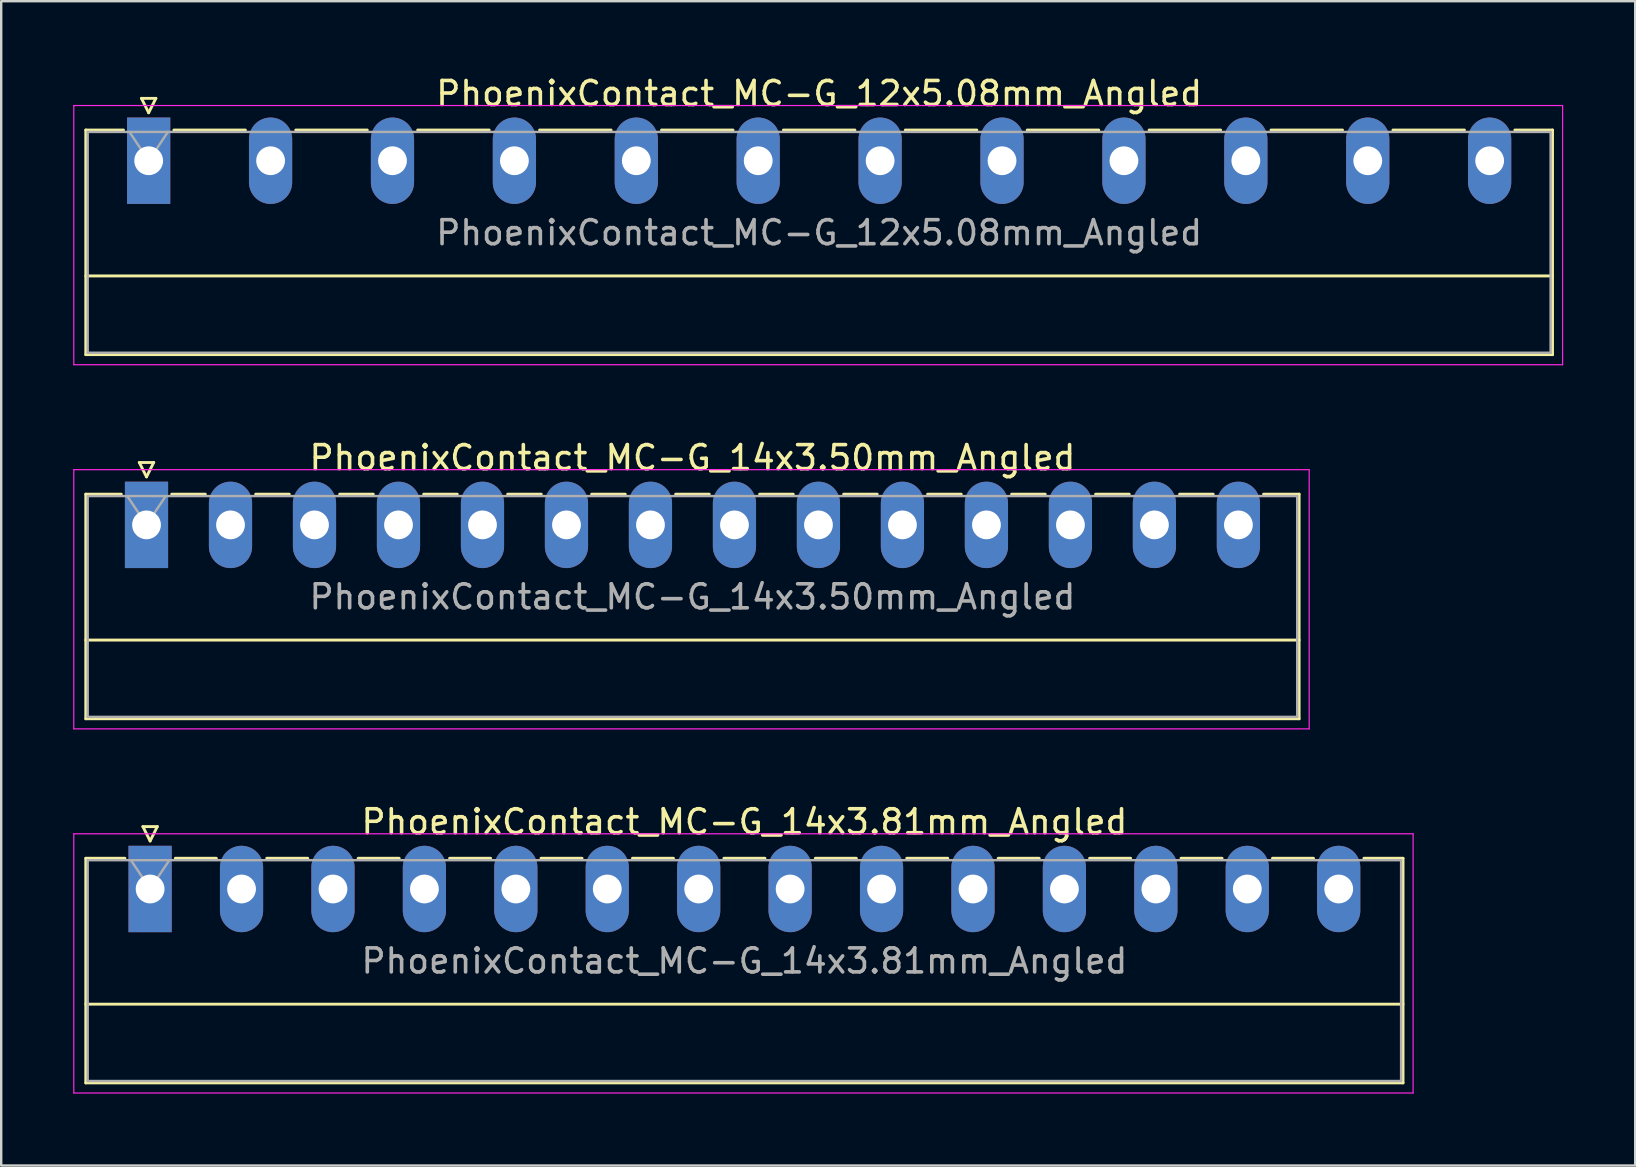
<source format=kicad_pcb>
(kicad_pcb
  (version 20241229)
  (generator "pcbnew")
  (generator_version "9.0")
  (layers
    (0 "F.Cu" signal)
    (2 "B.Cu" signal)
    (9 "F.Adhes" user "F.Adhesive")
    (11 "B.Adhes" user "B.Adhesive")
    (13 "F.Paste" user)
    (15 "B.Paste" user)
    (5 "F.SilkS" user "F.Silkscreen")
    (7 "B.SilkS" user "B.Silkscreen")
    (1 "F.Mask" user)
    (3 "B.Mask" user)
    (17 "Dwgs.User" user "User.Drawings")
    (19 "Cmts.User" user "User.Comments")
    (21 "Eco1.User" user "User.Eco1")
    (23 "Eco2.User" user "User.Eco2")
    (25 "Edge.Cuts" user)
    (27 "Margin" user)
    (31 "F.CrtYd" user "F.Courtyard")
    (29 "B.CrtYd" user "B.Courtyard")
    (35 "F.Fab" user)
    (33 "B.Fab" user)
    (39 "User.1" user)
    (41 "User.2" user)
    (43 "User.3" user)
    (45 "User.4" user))
  (footprint "PhoenixContact_MC-G_14x3.81mm_Angled"
    (layer "F.Cu")
    (at 3.205 33.995)
    (property "Reference" "PhoenixContact_MC-G_14x3.81mm_Angled" (at 24.765 -2.8 0) (layer "F.SilkS") (effects (font (size 1 1) (thickness 0.15))))
    (attr through_hole)
    (fp_line (start -2.68 -1.28) (end -2.68 8.08) (stroke (width 0.12) (type solid)) (layer "F.SilkS"))
    (fp_line (start -2.68 -1.28) (end -1.05 -1.28) (stroke (width 0.12) (type solid)) (layer "F.SilkS"))
    (fp_line (start -2.68 4.8) (end 52.21 4.8) (stroke (width 0.12) (type solid)) (layer "F.SilkS"))
    (fp_line (start -2.68 8.08) (end 52.21 8.08) (stroke (width 0.12) (type solid)) (layer "F.SilkS"))
    (fp_line (start -0.3 -2.6) (end 0.3 -2.6) (stroke (width 0.12) (type solid)) (layer "F.SilkS"))
    (fp_line (start 0 -2) (end -0.3 -2.6) (stroke (width 0.12) (type solid)) (layer "F.SilkS"))
    (fp_line (start 0.3 -2.6) (end 0 -2) (stroke (width 0.12) (type solid)) (layer "F.SilkS"))
    (fp_line (start 1.05 -1.28) (end 2.76 -1.28) (stroke (width 0.12) (type solid)) (layer "F.SilkS"))
    (fp_line (start 4.86 -1.28) (end 6.57 -1.28) (stroke (width 0.12) (type solid)) (layer "F.SilkS"))
    (fp_line (start 8.67 -1.28) (end 10.38 -1.28) (stroke (width 0.12) (type solid)) (layer "F.SilkS"))
    (fp_line (start 12.48 -1.28) (end 14.19 -1.28) (stroke (width 0.12) (type solid)) (layer "F.SilkS"))
    (fp_line (start 16.29 -1.28) (end 18 -1.28) (stroke (width 0.12) (type solid)) (layer "F.SilkS"))
    (fp_line (start 20.1 -1.28) (end 21.81 -1.28) (stroke (width 0.12) (type solid)) (layer "F.SilkS"))
    (fp_line (start 23.91 -1.28) (end 25.62 -1.28) (stroke (width 0.12) (type solid)) (layer "F.SilkS"))
    (fp_line (start 27.72 -1.28) (end 29.43 -1.28) (stroke (width 0.12) (type solid)) (layer "F.SilkS"))
    (fp_line (start 31.53 -1.28) (end 33.24 -1.28) (stroke (width 0.12) (type solid)) (layer "F.SilkS"))
    (fp_line (start 35.34 -1.28) (end 37.05 -1.28) (stroke (width 0.12) (type solid)) (layer "F.SilkS"))
    (fp_line (start 39.15 -1.28) (end 40.86 -1.28) (stroke (width 0.12) (type solid)) (layer "F.SilkS"))
    (fp_line (start 42.96 -1.28) (end 44.67 -1.28) (stroke (width 0.12) (type solid)) (layer "F.SilkS"))
    (fp_line (start 46.77 -1.28) (end 48.48 -1.28) (stroke (width 0.12) (type solid)) (layer "F.SilkS"))
    (fp_line (start 52.21 -1.28) (end 50.58 -1.28) (stroke (width 0.12) (type solid)) (layer "F.SilkS"))
    (fp_line (start 52.21 8.08) (end 52.21 -1.28) (stroke (width 0.12) (type solid)) (layer "F.SilkS"))
    (fp_line (start -3.18 -2.3) (end -3.18 8.5) (stroke (width 0.05) (type solid)) (layer "F.CrtYd"))
    (fp_line (start -3.18 8.5) (end 52.63 8.5) (stroke (width 0.05) (type solid)) (layer "F.CrtYd"))
    (fp_line (start 52.63 -2.3) (end -3.18 -2.3) (stroke (width 0.05) (type solid)) (layer "F.CrtYd"))
    (fp_line (start 52.63 8.5) (end 52.63 -2.3) (stroke (width 0.05) (type solid)) (layer "F.CrtYd"))
    (fp_line (start -2.6 -1.2) (end -2.6 8) (stroke (width 0.1) (type solid)) (layer "F.Fab"))
    (fp_line (start -2.6 8) (end 52.13 8) (stroke (width 0.1) (type solid)) (layer "F.Fab"))
    (fp_line (start 0 0) (end -0.8 -1.2) (stroke (width 0.1) (type solid)) (layer "F.Fab"))
    (fp_line (start 0.8 -1.2) (end 0 0) (stroke (width 0.1) (type solid)) (layer "F.Fab"))
    (fp_line (start 52.13 -1.2) (end -2.6 -1.2) (stroke (width 0.1) (type solid)) (layer "F.Fab"))
    (fp_line (start 52.13 8) (end 52.13 -1.2) (stroke (width 0.1) (type solid)) (layer "F.Fab"))
    (fp_text user "${REFERENCE}" (at 24.765 3 0) (layer "F.Fab") (effects (font (size 1 1) (thickness 0.15))))
    (pad "1" thru_hole rect (at 0 0) (size 1.8 3.6) (drill 1.2) (layers "*.Cu" "*.Mask"))
    (pad "2" thru_hole oval (at 3.81 0) (size 1.8 3.6) (drill 1.2) (layers "*.Cu" "*.Mask"))
    (pad "3" thru_hole oval (at 7.62 0) (size 1.8 3.6) (drill 1.2) (layers "*.Cu" "*.Mask"))
    (pad "4" thru_hole oval (at 11.43 0) (size 1.8 3.6) (drill 1.2) (layers "*.Cu" "*.Mask"))
    (pad "5" thru_hole oval (at 15.24 0) (size 1.8 3.6) (drill 1.2) (layers "*.Cu" "*.Mask"))
    (pad "6" thru_hole oval (at 19.05 0) (size 1.8 3.6) (drill 1.2) (layers "*.Cu" "*.Mask"))
    (pad "7" thru_hole oval (at 22.86 0) (size 1.8 3.6) (drill 1.2) (layers "*.Cu" "*.Mask"))
    (pad "8" thru_hole oval (at 26.67 0) (size 1.8 3.6) (drill 1.2) (layers "*.Cu" "*.Mask"))
    (pad "9" thru_hole oval (at 30.48 0) (size 1.8 3.6) (drill 1.2) (layers "*.Cu" "*.Mask"))
    (pad "10" thru_hole oval (at 34.29 0) (size 1.8 3.6) (drill 1.2) (layers "*.Cu" "*.Mask"))
    (pad "11" thru_hole oval (at 38.1 0) (size 1.8 3.6) (drill 1.2) (layers "*.Cu" "*.Mask"))
    (pad "12" thru_hole oval (at 41.91 0) (size 1.8 3.6) (drill 1.2) (layers "*.Cu" "*.Mask"))
    (pad "13" thru_hole oval (at 45.72 0) (size 1.8 3.6) (drill 1.2) (layers "*.Cu" "*.Mask"))
    (pad "14" thru_hole oval (at 49.53 0) (size 1.8 3.6) (drill 1.2) (layers "*.Cu" "*.Mask")))
  (footprint "PhoenixContact_MC-G_14x3.50mm_Angled"
    (layer "F.Cu")
    (at 3.055 18.822)
    (property "Reference" "PhoenixContact_MC-G_14x3.50mm_Angled" (at 22.75 -2.8 0) (layer "F.SilkS") (effects (font (size 1 1) (thickness 0.15))))
    (attr through_hole)
    (fp_line (start -2.53 -1.28) (end -2.53 8.08) (stroke (width 0.12) (type solid)) (layer "F.SilkS"))
    (fp_line (start -2.53 -1.28) (end -1.05 -1.28) (stroke (width 0.12) (type solid)) (layer "F.SilkS"))
    (fp_line (start -2.53 4.8) (end 48.03 4.8) (stroke (width 0.12) (type solid)) (layer "F.SilkS"))
    (fp_line (start -2.53 8.08) (end 48.03 8.08) (stroke (width 0.12) (type solid)) (layer "F.SilkS"))
    (fp_line (start -0.3 -2.6) (end 0.3 -2.6) (stroke (width 0.12) (type solid)) (layer "F.SilkS"))
    (fp_line (start 0 -2) (end -0.3 -2.6) (stroke (width 0.12) (type solid)) (layer "F.SilkS"))
    (fp_line (start 0.3 -2.6) (end 0 -2) (stroke (width 0.12) (type solid)) (layer "F.SilkS"))
    (fp_line (start 1.05 -1.28) (end 2.45 -1.28) (stroke (width 0.12) (type solid)) (layer "F.SilkS"))
    (fp_line (start 4.55 -1.28) (end 5.95 -1.28) (stroke (width 0.12) (type solid)) (layer "F.SilkS"))
    (fp_line (start 8.05 -1.28) (end 9.45 -1.28) (stroke (width 0.12) (type solid)) (layer "F.SilkS"))
    (fp_line (start 11.55 -1.28) (end 12.95 -1.28) (stroke (width 0.12) (type solid)) (layer "F.SilkS"))
    (fp_line (start 15.05 -1.28) (end 16.45 -1.28) (stroke (width 0.12) (type solid)) (layer "F.SilkS"))
    (fp_line (start 18.55 -1.28) (end 19.95 -1.28) (stroke (width 0.12) (type solid)) (layer "F.SilkS"))
    (fp_line (start 22.05 -1.28) (end 23.45 -1.28) (stroke (width 0.12) (type solid)) (layer "F.SilkS"))
    (fp_line (start 25.55 -1.28) (end 26.95 -1.28) (stroke (width 0.12) (type solid)) (layer "F.SilkS"))
    (fp_line (start 29.05 -1.28) (end 30.45 -1.28) (stroke (width 0.12) (type solid)) (layer "F.SilkS"))
    (fp_line (start 32.55 -1.28) (end 33.95 -1.28) (stroke (width 0.12) (type solid)) (layer "F.SilkS"))
    (fp_line (start 36.05 -1.28) (end 37.45 -1.28) (stroke (width 0.12) (type solid)) (layer "F.SilkS"))
    (fp_line (start 39.55 -1.28) (end 40.95 -1.28) (stroke (width 0.12) (type solid)) (layer "F.SilkS"))
    (fp_line (start 43.05 -1.28) (end 44.45 -1.28) (stroke (width 0.12) (type solid)) (layer "F.SilkS"))
    (fp_line (start 48.03 -1.28) (end 46.55 -1.28) (stroke (width 0.12) (type solid)) (layer "F.SilkS"))
    (fp_line (start 48.03 8.08) (end 48.03 -1.28) (stroke (width 0.12) (type solid)) (layer "F.SilkS"))
    (fp_line (start -3.03 -2.3) (end -3.03 8.5) (stroke (width 0.05) (type solid)) (layer "F.CrtYd"))
    (fp_line (start -3.03 8.5) (end 48.45 8.5) (stroke (width 0.05) (type solid)) (layer "F.CrtYd"))
    (fp_line (start 48.45 -2.3) (end -3.03 -2.3) (stroke (width 0.05) (type solid)) (layer "F.CrtYd"))
    (fp_line (start 48.45 8.5) (end 48.45 -2.3) (stroke (width 0.05) (type solid)) (layer "F.CrtYd"))
    (fp_line (start -2.45 -1.2) (end -2.45 8) (stroke (width 0.1) (type solid)) (layer "F.Fab"))
    (fp_line (start -2.45 8) (end 47.95 8) (stroke (width 0.1) (type solid)) (layer "F.Fab"))
    (fp_line (start 0 0) (end -0.8 -1.2) (stroke (width 0.1) (type solid)) (layer "F.Fab"))
    (fp_line (start 0.8 -1.2) (end 0 0) (stroke (width 0.1) (type solid)) (layer "F.Fab"))
    (fp_line (start 47.95 -1.2) (end -2.45 -1.2) (stroke (width 0.1) (type solid)) (layer "F.Fab"))
    (fp_line (start 47.95 8) (end 47.95 -1.2) (stroke (width 0.1) (type solid)) (layer "F.Fab"))
    (fp_text user "${REFERENCE}" (at 22.75 3 0) (layer "F.Fab") (effects (font (size 1 1) (thickness 0.15))))
    (pad "1" thru_hole rect (at 0 0) (size 1.8 3.6) (drill 1.2) (layers "*.Cu" "*.Mask"))
    (pad "2" thru_hole oval (at 3.5 0) (size 1.8 3.6) (drill 1.2) (layers "*.Cu" "*.Mask"))
    (pad "3" thru_hole oval (at 7 0) (size 1.8 3.6) (drill 1.2) (layers "*.Cu" "*.Mask"))
    (pad "4" thru_hole oval (at 10.5 0) (size 1.8 3.6) (drill 1.2) (layers "*.Cu" "*.Mask"))
    (pad "5" thru_hole oval (at 14 0) (size 1.8 3.6) (drill 1.2) (layers "*.Cu" "*.Mask"))
    (pad "6" thru_hole oval (at 17.5 0) (size 1.8 3.6) (drill 1.2) (layers "*.Cu" "*.Mask"))
    (pad "7" thru_hole oval (at 21 0) (size 1.8 3.6) (drill 1.2) (layers "*.Cu" "*.Mask"))
    (pad "8" thru_hole oval (at 24.5 0) (size 1.8 3.6) (drill 1.2) (layers "*.Cu" "*.Mask"))
    (pad "9" thru_hole oval (at 28 0) (size 1.8 3.6) (drill 1.2) (layers "*.Cu" "*.Mask"))
    (pad "10" thru_hole oval (at 31.5 0) (size 1.8 3.6) (drill 1.2) (layers "*.Cu" "*.Mask"))
    (pad "11" thru_hole oval (at 35 0) (size 1.8 3.6) (drill 1.2) (layers "*.Cu" "*.Mask"))
    (pad "12" thru_hole oval (at 38.5 0) (size 1.8 3.6) (drill 1.2) (layers "*.Cu" "*.Mask"))
    (pad "13" thru_hole oval (at 42 0) (size 1.8 3.6) (drill 1.2) (layers "*.Cu" "*.Mask"))
    (pad "14" thru_hole oval (at 45.5 0) (size 1.8 3.6) (drill 1.2) (layers "*.Cu" "*.Mask")))
  (footprint "PhoenixContact_MC-G_12x5.08mm_Angled"
    (layer "F.Cu")
    (at 3.145 3.648)
    (property "Reference" "PhoenixContact_MC-G_12x5.08mm_Angled" (at 27.94 -2.8 0) (layer "F.SilkS") (effects (font (size 1 1) (thickness 0.15))))
    (attr through_hole)
    (fp_line (start -2.62 -1.28) (end -2.62 8.08) (stroke (width 0.12) (type solid)) (layer "F.SilkS"))
    (fp_line (start -2.62 -1.28) (end -1.05 -1.28) (stroke (width 0.12) (type solid)) (layer "F.SilkS"))
    (fp_line (start -2.62 4.8) (end 58.5 4.8) (stroke (width 0.12) (type solid)) (layer "F.SilkS"))
    (fp_line (start -2.62 8.08) (end 58.5 8.08) (stroke (width 0.12) (type solid)) (layer "F.SilkS"))
    (fp_line (start -0.3 -2.6) (end 0.3 -2.6) (stroke (width 0.12) (type solid)) (layer "F.SilkS"))
    (fp_line (start 0 -2) (end -0.3 -2.6) (stroke (width 0.12) (type solid)) (layer "F.SilkS"))
    (fp_line (start 0.3 -2.6) (end 0 -2) (stroke (width 0.12) (type solid)) (layer "F.SilkS"))
    (fp_line (start 1.05 -1.28) (end 4.03 -1.28) (stroke (width 0.12) (type solid)) (layer "F.SilkS"))
    (fp_line (start 6.13 -1.28) (end 9.11 -1.28) (stroke (width 0.12) (type solid)) (layer "F.SilkS"))
    (fp_line (start 11.21 -1.28) (end 14.19 -1.28) (stroke (width 0.12) (type solid)) (layer "F.SilkS"))
    (fp_line (start 16.29 -1.28) (end 19.27 -1.28) (stroke (width 0.12) (type solid)) (layer "F.SilkS"))
    (fp_line (start 21.37 -1.28) (end 24.35 -1.28) (stroke (width 0.12) (type solid)) (layer "F.SilkS"))
    (fp_line (start 26.45 -1.28) (end 29.43 -1.28) (stroke (width 0.12) (type solid)) (layer "F.SilkS"))
    (fp_line (start 31.53 -1.28) (end 34.51 -1.28) (stroke (width 0.12) (type solid)) (layer "F.SilkS"))
    (fp_line (start 36.61 -1.28) (end 39.59 -1.28) (stroke (width 0.12) (type solid)) (layer "F.SilkS"))
    (fp_line (start 41.69 -1.28) (end 44.67 -1.28) (stroke (width 0.12) (type solid)) (layer "F.SilkS"))
    (fp_line (start 46.77 -1.28) (end 49.75 -1.28) (stroke (width 0.12) (type solid)) (layer "F.SilkS"))
    (fp_line (start 51.85 -1.28) (end 54.83 -1.28) (stroke (width 0.12) (type solid)) (layer "F.SilkS"))
    (fp_line (start 58.5 -1.28) (end 56.93 -1.28) (stroke (width 0.12) (type solid)) (layer "F.SilkS"))
    (fp_line (start 58.5 8.08) (end 58.5 -1.28) (stroke (width 0.12) (type solid)) (layer "F.SilkS"))
    (fp_line (start -3.12 -2.3) (end -3.12 8.5) (stroke (width 0.05) (type solid)) (layer "F.CrtYd"))
    (fp_line (start -3.12 8.5) (end 58.92 8.5) (stroke (width 0.05) (type solid)) (layer "F.CrtYd"))
    (fp_line (start 58.92 -2.3) (end -3.12 -2.3) (stroke (width 0.05) (type solid)) (layer "F.CrtYd"))
    (fp_line (start 58.92 8.5) (end 58.92 -2.3) (stroke (width 0.05) (type solid)) (layer "F.CrtYd"))
    (fp_line (start -2.54 -1.2) (end -2.54 8) (stroke (width 0.1) (type solid)) (layer "F.Fab"))
    (fp_line (start -2.54 8) (end 58.42 8) (stroke (width 0.1) (type solid)) (layer "F.Fab"))
    (fp_line (start 0 0) (end -0.8 -1.2) (stroke (width 0.1) (type solid)) (layer "F.Fab"))
    (fp_line (start 0.8 -1.2) (end 0 0) (stroke (width 0.1) (type solid)) (layer "F.Fab"))
    (fp_line (start 58.42 -1.2) (end -2.54 -1.2) (stroke (width 0.1) (type solid)) (layer "F.Fab"))
    (fp_line (start 58.42 8) (end 58.42 -1.2) (stroke (width 0.1) (type solid)) (layer "F.Fab"))
    (fp_text user "${REFERENCE}" (at 27.94 3 0) (layer "F.Fab") (effects (font (size 1 1) (thickness 0.15))))
    (pad "1" thru_hole rect (at 0 0) (size 1.8 3.6) (drill 1.2) (layers "*.Cu" "*.Mask"))
    (pad "2" thru_hole oval (at 5.08 0) (size 1.8 3.6) (drill 1.2) (layers "*.Cu" "*.Mask"))
    (pad "3" thru_hole oval (at 10.16 0) (size 1.8 3.6) (drill 1.2) (layers "*.Cu" "*.Mask"))
    (pad "4" thru_hole oval (at 15.24 0) (size 1.8 3.6) (drill 1.2) (layers "*.Cu" "*.Mask"))
    (pad "5" thru_hole oval (at 20.32 0) (size 1.8 3.6) (drill 1.2) (layers "*.Cu" "*.Mask"))
    (pad "6" thru_hole oval (at 25.4 0) (size 1.8 3.6) (drill 1.2) (layers "*.Cu" "*.Mask"))
    (pad "7" thru_hole oval (at 30.48 0) (size 1.8 3.6) (drill 1.2) (layers "*.Cu" "*.Mask"))
    (pad "8" thru_hole oval (at 35.56 0) (size 1.8 3.6) (drill 1.2) (layers "*.Cu" "*.Mask"))
    (pad "9" thru_hole oval (at 40.64 0) (size 1.8 3.6) (drill 1.2) (layers "*.Cu" "*.Mask"))
    (pad "10" thru_hole oval (at 45.72 0) (size 1.8 3.6) (drill 1.2) (layers "*.Cu" "*.Mask"))
    (pad "11" thru_hole oval (at 50.8 0) (size 1.8 3.6) (drill 1.2) (layers "*.Cu" "*.Mask"))
    (pad "12" thru_hole oval (at 55.88 0) (size 1.8 3.6) (drill 1.2) (layers "*.Cu" "*.Mask")))
  (gr_rect
    (start -3 -3)
    (end 65.09 45.52)
    (stroke (width 0.1) (type default))
    (fill no)
    (layer "Edge.Cuts")))
</source>
